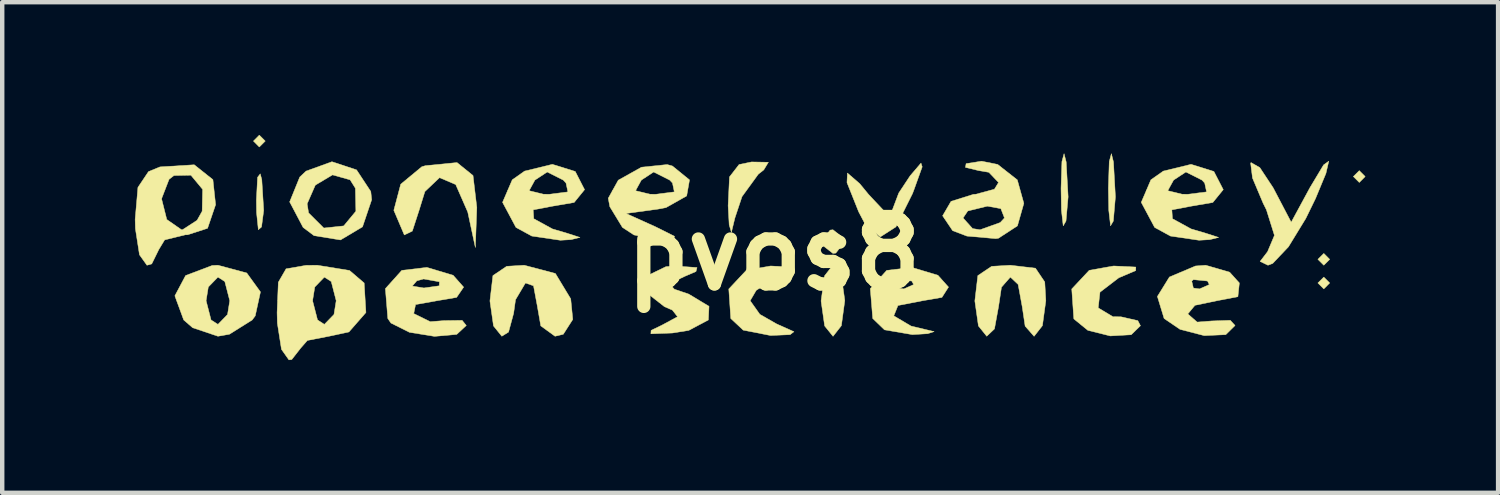
<source format=kicad_pcb>
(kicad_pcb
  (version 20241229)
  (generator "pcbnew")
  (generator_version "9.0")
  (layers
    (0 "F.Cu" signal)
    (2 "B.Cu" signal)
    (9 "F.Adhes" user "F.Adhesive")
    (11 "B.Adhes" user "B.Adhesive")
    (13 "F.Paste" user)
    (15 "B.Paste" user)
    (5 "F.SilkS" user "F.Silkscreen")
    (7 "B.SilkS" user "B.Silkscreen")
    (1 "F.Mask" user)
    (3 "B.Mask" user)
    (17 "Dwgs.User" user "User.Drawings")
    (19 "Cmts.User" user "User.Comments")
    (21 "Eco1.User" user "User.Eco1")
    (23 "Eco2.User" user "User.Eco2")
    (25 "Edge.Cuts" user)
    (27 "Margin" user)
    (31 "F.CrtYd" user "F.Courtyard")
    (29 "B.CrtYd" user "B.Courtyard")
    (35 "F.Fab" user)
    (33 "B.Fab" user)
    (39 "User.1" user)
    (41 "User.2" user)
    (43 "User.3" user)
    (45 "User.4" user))
  (footprint "pvos8"
    (layer "F.Cu")
    (at 14.443 2.679)
    (property "Reference" "pvos8" (at 0 0 0) (layer "F.SilkS") (effects (font (size 1.524 1.524) (thickness 0.3))))
    (attr through_hole)
    (fp_poly (pts (xy -11.497 -2.54) (xy -11.631 -2.406) (xy -11.764 -2.54) (xy -11.631 -2.674) (xy -11.497 -2.54)) (stroke (width 0.01) (type solid)) (fill yes) (layer "F.SilkS"))
    (fp_poly (pts (xy 12.566 0.134) (xy 12.433 0.267) (xy 12.299 0.134) (xy 12.433 0) (xy 12.566 0.134)) (stroke (width 0.01) (type solid)) (fill yes) (layer "F.SilkS"))
    (fp_poly (pts (xy 12.566 0.668) (xy 12.433 0.802) (xy 12.299 0.668) (xy 12.433 0.535) (xy 12.566 0.668)) (stroke (width 0.01) (type solid)) (fill yes) (layer "F.SilkS"))
    (fp_poly (pts (xy 13.368 -1.738) (xy 13.235 -1.604) (xy 13.101 -1.738) (xy 13.235 -1.872) (xy 13.368 -1.738)) (stroke (width 0.01) (type solid)) (fill yes) (layer "F.SilkS"))
    (fp_poly (pts (xy -11.575 -1.668) (xy -11.532 -0.971) (xy -11.581 -0.598) (xy -11.653 -0.536) (xy -11.693 -0.92) (xy -11.697 -1.203) (xy -11.67 -1.721) (xy -11.61 -1.799) (xy -11.575 -1.668)) (stroke (width 0.01) (type solid)) (fill yes) (layer "F.SilkS"))
    (fp_poly (pts (xy 1.596 -0.331) (xy 1.604 -0.267) (xy 1.401 -0.008) (xy 1.337 0) (xy 1.077 -0.203) (xy 1.069 -0.267) (xy 1.273 -0.527) (xy 1.337 -0.535) (xy 1.596 -0.331)) (stroke (width 0.01) (type solid)) (fill yes) (layer "F.SilkS"))
    (fp_poly (pts (xy 6.609 -2.068) (xy 6.653 -1.278) (xy 6.605 -0.732) (xy 6.542 -0.624) (xy 6.502 -0.974) (xy 6.493 -1.471) (xy 6.513 -2.077) (xy 6.561 -2.255) (xy 6.609 -2.068)) (stroke (width 0.01) (type solid)) (fill yes) (layer "F.SilkS"))
    (fp_poly (pts (xy 7.678 -2.068) (xy 7.722 -1.278) (xy 7.675 -0.732) (xy 7.612 -0.624) (xy 7.572 -0.974) (xy 7.563 -1.471) (xy 7.583 -2.077) (xy 7.631 -2.255) (xy 7.678 -2.068)) (stroke (width 0.01) (type solid)) (fill yes) (layer "F.SilkS"))
    (fp_poly (pts (xy -0.123 -2.061) (xy -0.227 -1.889) (xy -0.351 -1.791) (xy -0.719 -1.285) (xy -0.88 -0.802) (xy -0.959 -0.477) (xy -1.009 -0.646) (xy -1.033 -1.079) (xy -1.002 -1.73) (xy -0.785 -2.01) (xy -0.503 -2.068) (xy -0.123 -2.061)) (stroke (width 0.01) (type solid)) (fill yes) (layer "F.SilkS"))
    (fp_poly (pts (xy 1.525 0.5) (xy 1.604 1.059) (xy 1.604 1.069) (xy 1.527 1.633) (xy 1.34 1.872) (xy 1.337 1.872) (xy 1.149 1.639) (xy 1.069 1.079) (xy 1.069 1.069) (xy 1.147 0.506) (xy 1.334 0.267) (xy 1.337 0.267) (xy 1.525 0.5)) (stroke (width 0.01) (type solid)) (fill yes) (layer "F.SilkS"))
    (fp_poly (pts (xy 0.422 0.31) (xy 0.418 0.392) (xy 0.067 0.543) (xy -0.397 0.833) (xy -0.535 1.069) (xy -0.316 1.377) (xy 0.067 1.596) (xy 0.455 1.769) (xy 0.368 1.836) (xy -0.075 1.855) (xy -0.692 1.734) (xy -0.973 1.471) (xy -1.018 0.804) (xy -0.623 0.382) (xy -0.075 0.284) (xy 0.422 0.31)) (stroke (width 0.01) (type solid)) (fill yes) (layer "F.SilkS"))
    (fp_poly (pts (xy -6.8 -1.761) (xy -6.714 -1.038) (xy -6.716 -0.987) (xy -6.747 -0.134) (xy -6.919 -0.936) (xy -7.191 -1.557) (xy -7.557 -1.713) (xy -7.888 -1.399) (xy -8.018 -0.979) (xy -8.172 -0.505) (xy -8.352 -0.418) (xy -8.355 -0.422) (xy -8.59 -0.975) (xy -8.434 -1.565) (xy -7.957 -1.96) (xy -7.875 -1.984) (xy -7.162 -2.054) (xy -6.8 -1.761)) (stroke (width 0.01) (type solid)) (fill yes) (layer "F.SilkS"))
    (fp_poly (pts (xy 3.354 -1.957) (xy 3.169 -1.442) (xy 3.136 -1.355) (xy 2.76 -0.6) (xy 2.406 -0.373) (xy 2.061 -0.669) (xy 1.918 -0.941) (xy 1.654 -1.602) (xy 1.664 -1.817) (xy 1.941 -1.578) (xy 2.139 -1.337) (xy 2.492 -0.961) (xy 2.665 -0.927) (xy 2.668 -0.952) (xy 2.824 -1.365) (xy 3.081 -1.754) (xy 3.327 -2.042) (xy 3.354 -1.957)) (stroke (width 0.01) (type solid)) (fill yes) (layer "F.SilkS"))
    (fp_poly (pts (xy 8.183 0.308) (xy 8.181 0.388) (xy 7.798 0.551) (xy 7.373 0.876) (xy 7.333 1.231) (xy 7.667 1.431) (xy 7.849 1.433) (xy 8.228 1.519) (xy 8.288 1.634) (xy 8.079 1.838) (xy 7.606 1.865) (xy 7.098 1.738) (xy 6.786 1.483) (xy 6.781 1.471) (xy 6.735 0.804) (xy 7.13 0.382) (xy 7.678 0.284) (xy 8.183 0.308)) (stroke (width 0.01) (type solid)) (fill yes) (layer "F.SilkS"))
    (fp_poly (pts (xy -4.938 0.453) (xy -4.591 1.027) (xy -4.545 1.492) (xy -4.76 1.828) (xy -4.946 1.872) (xy -5.268 1.638) (xy -5.347 1.187) (xy -5.432 0.732) (xy -5.615 0.668) (xy -5.839 1.046) (xy -5.882 1.353) (xy -5.997 1.778) (xy -6.149 1.872) (xy -6.337 1.639) (xy -6.417 1.079) (xy -6.417 1.069) (xy -6.35 0.501) (xy -6.039 0.291) (xy -5.643 0.267) (xy -4.938 0.453)) (stroke (width 0.01) (type solid)) (fill yes) (layer "F.SilkS"))
    (fp_poly (pts (xy -1.736 0.319) (xy -1.76 0.409) (xy -2.005 0.514) (xy -2.364 0.683) (xy -2.248 0.809) (xy -1.924 0.919) (xy -1.465 1.195) (xy -1.48 1.504) (xy -1.924 1.74) (xy -2.293 1.799) (xy -2.779 1.817) (xy -2.774 1.739) (xy -2.54 1.627) (xy -2.176 1.431) (xy -2.292 1.282) (xy -2.473 1.203) (xy -2.904 0.866) (xy -2.876 0.511) (xy -2.436 0.298) (xy -2.206 0.286) (xy -1.736 0.319)) (stroke (width 0.01) (type solid)) (fill yes) (layer "F.SilkS"))
    (fp_poly (pts (xy 5.915 0.334) (xy 6.125 0.646) (xy 6.149 1.069) (xy 6.072 1.633) (xy 5.885 1.872) (xy 5.882 1.872) (xy 5.681 1.643) (xy 5.615 1.203) (xy 5.523 0.701) (xy 5.347 0.535) (xy 5.146 0.764) (xy 5.08 1.203) (xy 4.988 1.706) (xy 4.813 1.872) (xy 4.625 1.639) (xy 4.545 1.079) (xy 4.545 1.069) (xy 4.612 0.501) (xy 4.924 0.292) (xy 5.347 0.267) (xy 5.915 0.334)) (stroke (width 0.01) (type solid)) (fill yes) (layer "F.SilkS"))
    (fp_poly (pts (xy 12.481 -1.809) (xy 12.246 -1.242) (xy 12.026 -0.791) (xy 11.634 -0.15) (xy 11.278 0.226) (xy 11.171 0.267) (xy 10.993 0.181) (xy 11.162 -0.04) (xy 11.317 -0.408) (xy 11.136 -0.986) (xy 11.062 -1.134) (xy 10.821 -1.705) (xy 10.779 -2.041) (xy 10.788 -2.054) (xy 10.986 -1.941) (xy 11.286 -1.487) (xy 11.308 -1.446) (xy 11.696 -0.705) (xy 12.121 -1.489) (xy 12.428 -2.001) (xy 12.545 -2.085) (xy 12.481 -1.809)) (stroke (width 0.01) (type solid)) (fill yes) (layer "F.SilkS"))
    (fp_poly (pts (xy -11.915 0.442) (xy -11.605 0.87) (xy -11.723 1.411) (xy -11.792 1.504) (xy -12.307 1.827) (xy -12.566 1.872) (xy -13.139 1.679) (xy -13.34 1.504) (xy -13.5 1.069) (xy -12.834 1.069) (xy -12.722 1.504) (xy -12.566 1.604) (xy -12.349 1.38) (xy -12.299 1.069) (xy -12.411 0.635) (xy -12.566 0.535) (xy -12.784 0.759) (xy -12.834 1.069) (xy -13.5 1.069) (xy -13.54 0.958) (xy -13.297 0.5) (xy -12.697 0.273) (xy -12.566 0.267) (xy -11.915 0.442)) (stroke (width 0.01) (type solid)) (fill yes) (layer "F.SilkS"))
    (fp_poly (pts (xy -9.433 -1.889) (xy -9.111 -1.4) (xy -9.091 -1.214) (xy -9.298 -0.601) (xy -9.795 -0.305) (xy -10.394 -0.402) (xy -10.641 -0.588) (xy -10.922 -1.122) (xy -10.55 -1.122) (xy -10.517 -0.916) (xy -10.173 -0.574) (xy -9.723 -0.622) (xy -9.448 -0.954) (xy -9.459 -1.474) (xy -9.578 -1.664) (xy -9.976 -1.776) (xy -10.365 -1.544) (xy -10.55 -1.122) (xy -10.922 -1.122) (xy -10.945 -1.165) (xy -10.717 -1.726) (xy -10.574 -1.861) (xy -9.989 -2.073) (xy -9.433 -1.889)) (stroke (width 0.01) (type solid)) (fill yes) (layer "F.SilkS"))
    (fp_poly (pts (xy 3.709 0.493) (xy 3.949 0.761) (xy 3.8 0.994) (xy 3.364 1.069) (xy 2.806 1.177) (xy 2.712 1.411) (xy 3.102 1.642) (xy 3.275 1.683) (xy 3.623 1.767) (xy 3.478 1.814) (xy 3.133 1.835) (xy 2.502 1.727) (xy 2.236 1.471) (xy 2.181 0.796) (xy 2.336 0.624) (xy 2.763 0.624) (xy 2.8 0.783) (xy 2.941 0.802) (xy 3.161 0.704) (xy 3.119 0.624) (xy 2.802 0.592) (xy 2.763 0.624) (xy 2.336 0.624) (xy 2.552 0.383) (xy 3.119 0.316) (xy 3.709 0.493)) (stroke (width 0.01) (type solid)) (fill yes) (layer "F.SilkS"))
    (fp_poly (pts (xy -9.592 0.385) (xy -9.261 0.668) (xy -9.221 1.336) (xy -9.605 1.775) (xy -10.055 1.872) (xy -10.544 1.967) (xy -10.695 2.139) (xy -10.898 2.399) (xy -10.962 2.406) (xy -11.13 2.169) (xy -11.223 1.577) (xy -11.229 1.337) (xy -11.218 1.069) (xy -10.427 1.069) (xy -10.315 1.504) (xy -10.16 1.604) (xy -9.943 1.38) (xy -9.893 1.069) (xy -10.005 0.635) (xy -10.16 0.535) (xy -10.377 0.759) (xy -10.427 1.069) (xy -11.218 1.069) (xy -11.201 0.652) (xy -11.026 0.348) (xy -10.577 0.27) (xy -10.322 0.267) (xy -9.592 0.385)) (stroke (width 0.01) (type solid)) (fill yes) (layer "F.SilkS"))
    (fp_poly (pts (xy -7.249 0.494) (xy -7.012 0.762) (xy -7.171 0.994) (xy -7.613 1.069) (xy -8.099 1.156) (xy -8.14 1.36) (xy -7.767 1.543) (xy -7.456 1.519) (xy -7.046 1.513) (xy -6.952 1.629) (xy -7.168 1.83) (xy -7.67 1.875) (xy -8.238 1.783) (xy -8.655 1.574) (xy -8.726 1.471) (xy -8.781 0.796) (xy -8.729 0.738) (xy -8.172 0.738) (xy -7.91 0.781) (xy -7.563 0.732) (xy -7.559 0.641) (xy -7.917 0.577) (xy -8.071 0.619) (xy -8.172 0.738) (xy -8.729 0.738) (xy -8.41 0.383) (xy -7.843 0.316) (xy -7.249 0.494)) (stroke (width 0.01) (type solid)) (fill yes) (layer "F.SilkS"))
    (fp_poly (pts (xy 10.304 0.424) (xy 10.524 0.668) (xy 10.491 0.978) (xy 10.018 1.069) (xy 9.52 1.173) (xy 9.358 1.368) (xy 9.57 1.552) (xy 9.893 1.527) (xy 10.319 1.512) (xy 10.427 1.629) (xy 10.217 1.836) (xy 9.73 1.858) (xy 9.184 1.717) (xy 8.823 1.471) (xy 8.671 0.973) (xy 8.887 0.624) (xy 9.447 0.624) (xy 9.484 0.783) (xy 9.625 0.802) (xy 9.845 0.704) (xy 9.804 0.624) (xy 9.486 0.592) (xy 9.447 0.624) (xy 8.887 0.624) (xy 8.943 0.533) (xy 9.532 0.284) (xy 9.763 0.267) (xy 10.304 0.424)) (stroke (width 0.01) (type solid)) (fill yes) (layer "F.SilkS"))
    (fp_poly (pts (xy -4.489 -1.853) (xy -4.278 -1.442) (xy -4.514 -1.152) (xy -5 -1.069) (xy -5.44 -0.985) (xy -5.427 -0.785) (xy -5.003 -0.553) (xy -4.679 -0.458) (xy -4.383 -0.362) (xy -4.584 -0.312) (xy -4.826 -0.298) (xy -5.472 -0.393) (xy -5.829 -0.588) (xy -6.132 -1.155) (xy -6.019 -1.418) (xy -5.532 -1.418) (xy -5.209 -1.339) (xy -5.08 -1.337) (xy -4.655 -1.391) (xy -4.698 -1.592) (xy -4.759 -1.658) (xy -5.123 -1.841) (xy -5.401 -1.658) (xy -5.532 -1.418) (xy -6.019 -1.418) (xy -5.913 -1.664) (xy -5.634 -1.861) (xy -5.006 -2.014) (xy -4.489 -1.853)) (stroke (width 0.01) (type solid)) (fill yes) (layer "F.SilkS"))
    (fp_poly (pts (xy -2.292 -1.976) (xy -1.906 -1.662) (xy -1.97 -1.3) (xy -2.438 -1.036) (xy -2.607 -1.004) (xy -3.342 -0.903) (xy -2.674 -0.602) (xy -2.244 -0.387) (xy -2.286 -0.302) (xy -2.553 -0.284) (xy -3.162 -0.418) (xy -3.422 -0.588) (xy -3.707 -1.056) (xy -3.743 -1.247) (xy -3.648 -1.418) (xy -3.126 -1.418) (xy -2.802 -1.339) (xy -2.674 -1.337) (xy -2.249 -1.391) (xy -2.291 -1.592) (xy -2.353 -1.658) (xy -2.717 -1.841) (xy -2.995 -1.658) (xy -3.126 -1.418) (xy -3.648 -1.418) (xy -3.516 -1.656) (xy -2.992 -1.949) (xy -2.411 -2.009) (xy -2.292 -1.976)) (stroke (width 0.01) (type solid)) (fill yes) (layer "F.SilkS"))
    (fp_poly (pts (xy 9.948 -1.853) (xy 10.16 -1.442) (xy 9.924 -1.152) (xy 9.438 -1.069) (xy 8.998 -0.985) (xy 9.011 -0.785) (xy 9.435 -0.553) (xy 9.759 -0.458) (xy 10.055 -0.362) (xy 9.854 -0.312) (xy 9.612 -0.298) (xy 8.966 -0.393) (xy 8.609 -0.588) (xy 8.306 -1.155) (xy 8.419 -1.418) (xy 8.905 -1.418) (xy 9.229 -1.339) (xy 9.358 -1.337) (xy 9.783 -1.391) (xy 9.74 -1.592) (xy 9.679 -1.658) (xy 9.315 -1.841) (xy 9.037 -1.658) (xy 8.905 -1.418) (xy 8.419 -1.418) (xy 8.524 -1.664) (xy 8.804 -1.861) (xy 9.432 -2.014) (xy 9.948 -1.853)) (stroke (width 0.01) (type solid)) (fill yes) (layer "F.SilkS"))
    (fp_poly (pts (xy -12.68 -1.668) (xy -12.619 -1.102) (xy -12.801 -0.568) (xy -13.254 -0.421) (xy -13.302 -0.422) (xy -13.771 -0.306) (xy -13.903 -0.088) (xy -14.063 0.237) (xy -14.171 0.267) (xy -14.34 0.031) (xy -14.432 -0.559) (xy -14.438 -0.771) (xy -14.397 -1.236) (xy -13.841 -1.236) (xy -13.723 -0.767) (xy -13.389 -0.535) (xy -13.368 -0.535) (xy -13.038 -0.749) (xy -12.923 -0.954) (xy -12.912 -1.448) (xy -13.178 -1.769) (xy -13.561 -1.761) (xy -13.671 -1.676) (xy -13.841 -1.236) (xy -14.397 -1.236) (xy -14.375 -1.493) (xy -14.136 -1.85) (xy -13.877 -1.956) (xy -13.102 -2.004) (xy -12.68 -1.668)) (stroke (width 0.01) (type solid)) (fill yes) (layer "F.SilkS"))
    (fp_poly (pts (xy 5.06 -2.012) (xy 5.504 -1.663) (xy 5.652 -1.132) (xy 5.507 -0.623) (xy 5.077 -0.343) (xy 5.013 -0.335) (xy 4.365 -0.392) (xy 4.043 -0.514) (xy 3.849 -0.802) (xy 4.278 -0.802) (xy 4.493 -0.562) (xy 4.663 -0.535) (xy 5.118 -0.698) (xy 5.214 -0.802) (xy 5.132 -1.013) (xy 4.828 -1.069) (xy 4.385 -0.96) (xy 4.278 -0.802) (xy 3.849 -0.802) (xy 3.816 -0.851) (xy 4.006 -1.177) (xy 4.514 -1.336) (xy 4.561 -1.337) (xy 4.987 -1.452) (xy 5.08 -1.604) (xy 4.861 -1.834) (xy 4.634 -1.872) (xy 4.332 -1.945) (xy 4.347 -2.03) (xy 4.697 -2.085) (xy 5.06 -2.012)) (stroke (width 0.01) (type solid)) (fill yes) (layer "F.SilkS")))
  (gr_rect
    (start -3 -3)
    (end 30.816 8.09)
    (stroke (width 0.1) (type default))
    (fill no)
    (layer "Edge.Cuts")))
</source>
